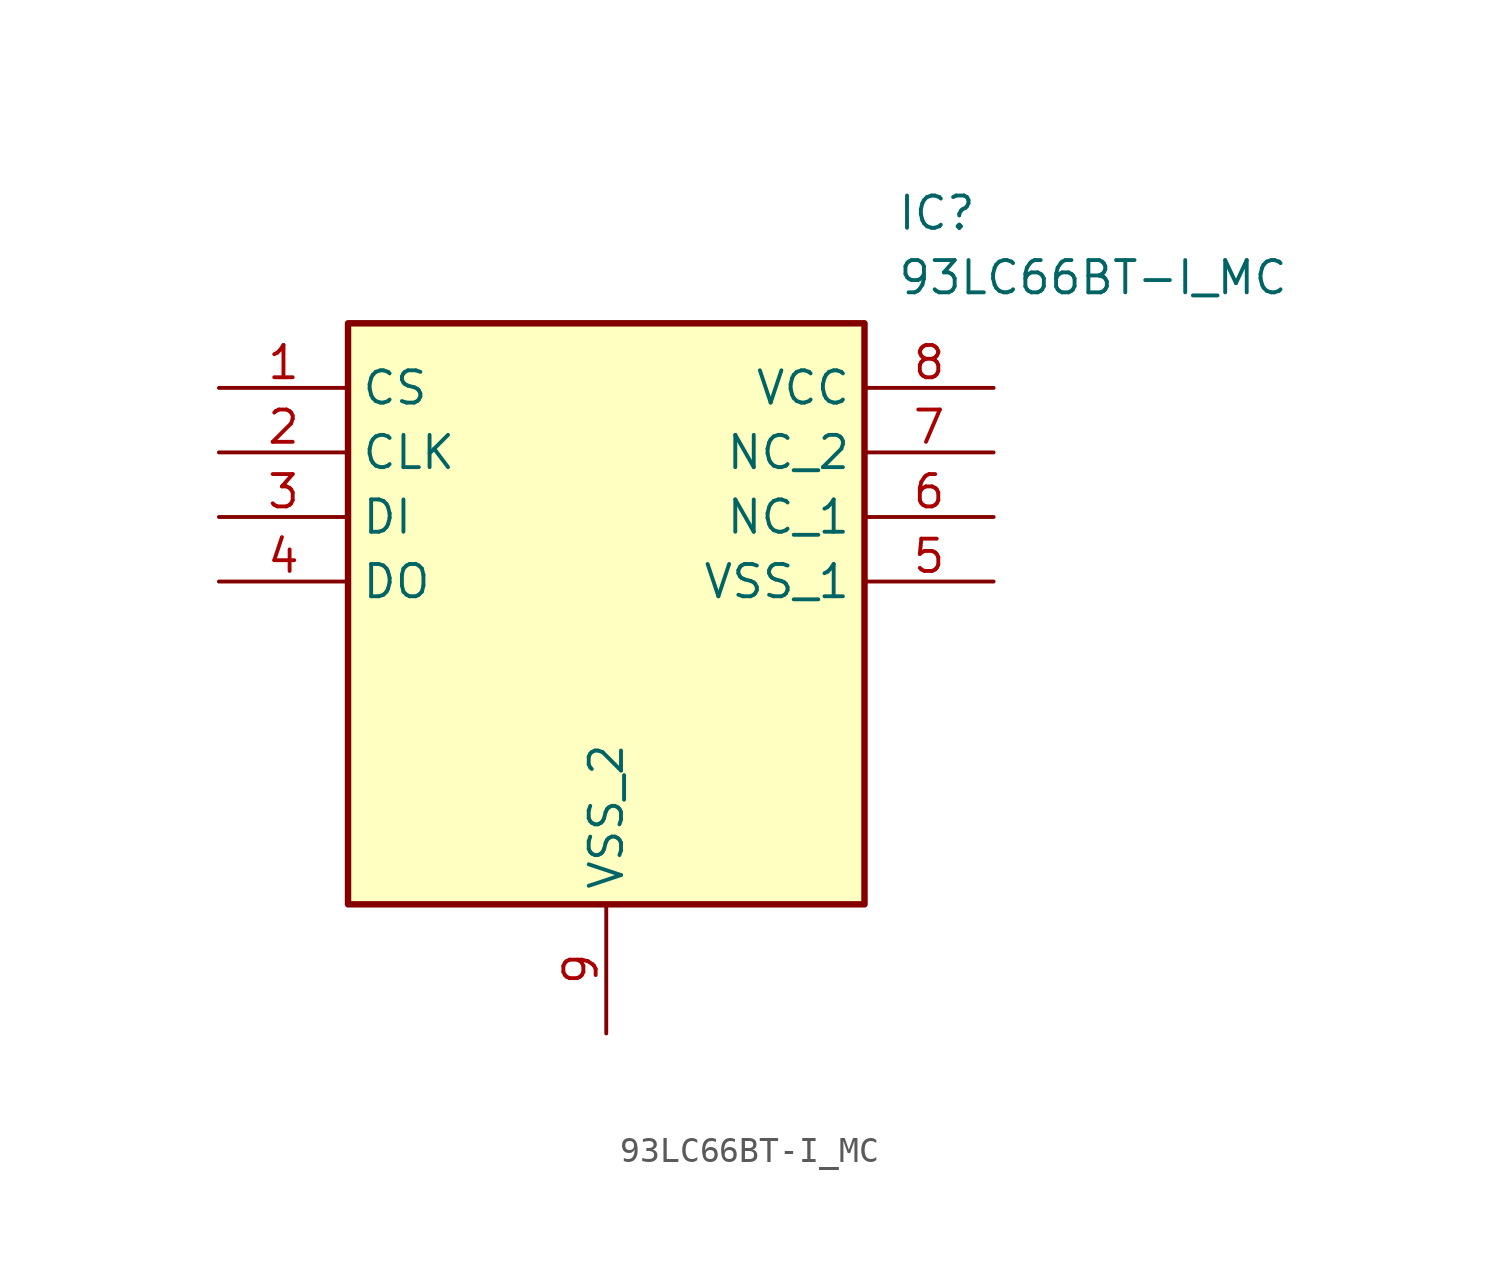
<source format=kicad_sym>
(kicad_symbol_lib
  (version 20211014)
  (generator SamacSys_ECAD_Model)
  (symbol "93LC66BT-I_MC"
    (property "Reference" "IC"
      (at 26.67 7.62 0)
      (effects (font (size 1.27 1.27)) (justify left top)))
    (property "Value" "93LC66BT-I_MC"
      (at 26.67 5.08 0)
      (effects (font (size 1.27 1.27)) (justify left top)))
    (rectangle
      (start 5.08 2.54)
      (end 25.4 -20.32)
      (stroke (width 0.254) (type default))
      (fill (type background)))
    (pin passive line
      (at 0 0 0)
      (length 5.08)
      (name "CS" (effects (font (size 1.27 1.27))))
      (number "1" (effects (font (size 1.27 1.27)))))
    (pin passive line
      (at 0 -2.54 0)
      (length 5.08)
      (name "CLK" (effects (font (size 1.27 1.27))))
      (number "2" (effects (font (size 1.27 1.27)))))
    (pin passive line
      (at 0 -5.08 0)
      (length 5.08)
      (name "DI" (effects (font (size 1.27 1.27))))
      (number "3" (effects (font (size 1.27 1.27)))))
    (pin passive line
      (at 0 -7.62 0)
      (length 5.08)
      (name "DO" (effects (font (size 1.27 1.27))))
      (number "4" (effects (font (size 1.27 1.27)))))
    (pin passive line
      (at 15.24 -25.4 90)
      (length 5.08)
      (name "VSS_2" (effects (font (size 1.27 1.27))))
      (number "9" (effects (font (size 1.27 1.27)))))
    (pin passive line
      (at 30.48 0 180)
      (length 5.08)
      (name "VCC" (effects (font (size 1.27 1.27))))
      (number "8" (effects (font (size 1.27 1.27)))))
    (pin passive line
      (at 30.48 -2.54 180)
      (length 5.08)
      (name "NC_2" (effects (font (size 1.27 1.27))))
      (number "7" (effects (font (size 1.27 1.27)))))
    (pin passive line
      (at 30.48 -5.08 180)
      (length 5.08)
      (name "NC_1" (effects (font (size 1.27 1.27))))
      (number "6" (effects (font (size 1.27 1.27)))))
    (pin passive line
      (at 30.48 -7.62 180)
      (length 5.08)
      (name "VSS_1" (effects (font (size 1.27 1.27))))
      (number "5" (effects (font (size 1.27 1.27)))))))
</source>
